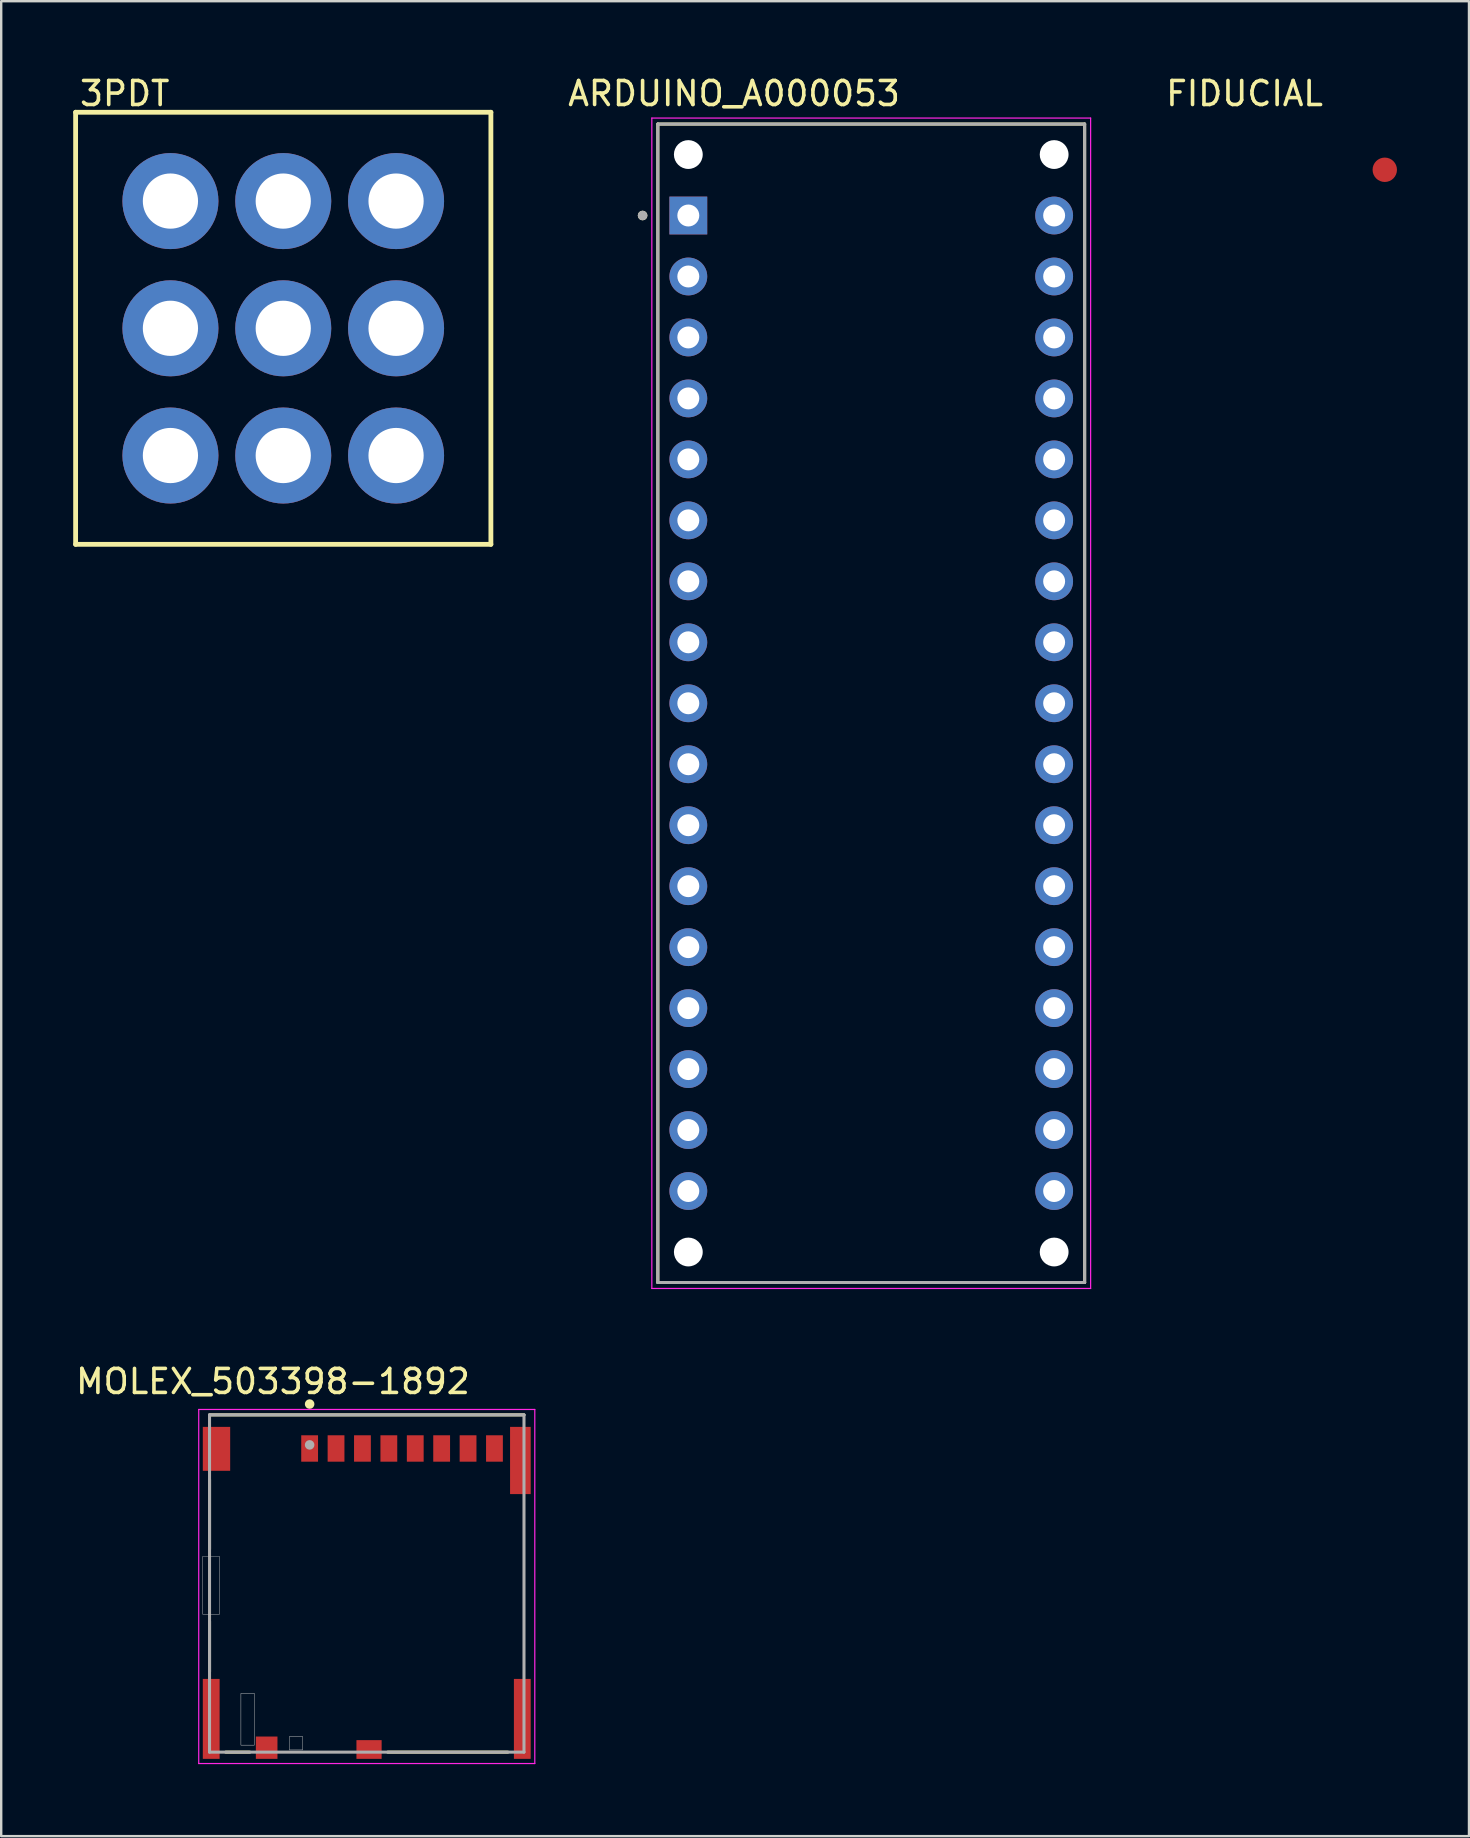
<source format=kicad_pcb>
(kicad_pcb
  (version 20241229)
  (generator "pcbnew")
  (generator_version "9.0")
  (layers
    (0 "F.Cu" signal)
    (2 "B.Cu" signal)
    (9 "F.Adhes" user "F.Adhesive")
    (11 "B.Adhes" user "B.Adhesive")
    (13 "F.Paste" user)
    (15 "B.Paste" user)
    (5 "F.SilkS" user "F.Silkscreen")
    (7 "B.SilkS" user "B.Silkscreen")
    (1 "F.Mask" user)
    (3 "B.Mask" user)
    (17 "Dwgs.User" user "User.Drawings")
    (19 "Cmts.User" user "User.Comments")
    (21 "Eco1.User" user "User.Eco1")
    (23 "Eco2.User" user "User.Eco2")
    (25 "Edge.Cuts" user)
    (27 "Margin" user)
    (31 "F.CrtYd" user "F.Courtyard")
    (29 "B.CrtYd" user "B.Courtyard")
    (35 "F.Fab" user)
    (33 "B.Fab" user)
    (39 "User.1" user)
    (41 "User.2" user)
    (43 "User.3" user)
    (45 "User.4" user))
  (footprint "FIDUCIAL"
    (layer "F.Cu")
    (at 54.639 4.023)
    (property "Reference" "FIDUCIAL" (at -5.842 -3.175 0) (layer "F.SilkS") (effects (font (size 1 1) (thickness 0.15))))
    (attr through_hole)
    (pad "1" smd circle (at 0 0) (size 1.016 1.016) (layers "F.Cu" "F.Mask")))
  (footprint "ARDUINO_A000053"
    (layer "F.Cu")
    (at 33.245 26.248)
    (property "Reference" "ARDUINO_A000053" (at -5.715 -25.4 0) (layer "F.SilkS") (effects (font (size 1 1) (thickness 0.15))))
    (attr through_hole)
    (fp_line (start -8.89 -24.13) (end 8.89 -24.13) (stroke (width 0.127) (type solid)) (layer "F.SilkS"))
    (fp_line (start -8.89 24.13) (end -8.89 -24.13) (stroke (width 0.127) (type solid)) (layer "F.SilkS"))
    (fp_line (start -8.89 24.13) (end 8.89 24.13) (stroke (width 0.127) (type solid)) (layer "F.SilkS"))
    (fp_line (start 8.89 24.13) (end 8.89 -24.13) (stroke (width 0.127) (type solid)) (layer "F.SilkS"))
    (fp_circle (center -9.525 -20.32) (end -9.425 -20.32) (stroke (width 0.2) (type solid)) (fill no) (layer "F.SilkS"))
    (fp_line (start -9.14 -24.38) (end 9.14 -24.38) (stroke (width 0.05) (type solid)) (layer "F.CrtYd"))
    (fp_line (start -9.14 24.38) (end -9.14 -24.38) (stroke (width 0.05) (type solid)) (layer "F.CrtYd"))
    (fp_line (start -9.14 24.38) (end 9.14 24.38) (stroke (width 0.05) (type solid)) (layer "F.CrtYd"))
    (fp_line (start 9.14 24.38) (end 9.14 -24.38) (stroke (width 0.05) (type solid)) (layer "F.CrtYd"))
    (fp_line (start -8.89 -24.13) (end 8.89 -24.13) (stroke (width 0.127) (type solid)) (layer "F.Fab"))
    (fp_line (start -8.89 24.13) (end -8.89 -24.13) (stroke (width 0.127) (type solid)) (layer "F.Fab"))
    (fp_line (start -8.89 24.13) (end 8.89 24.13) (stroke (width 0.127) (type solid)) (layer "F.Fab"))
    (fp_line (start 8.89 24.13) (end 8.89 -24.13) (stroke (width 0.127) (type solid)) (layer "F.Fab"))
    (fp_circle (center -9.525 -20.32) (end -9.425 -20.32) (stroke (width 0.2) (type solid)) (fill no) (layer "F.Fab"))
    (pad "" np_thru_hole circle (at -7.62 -22.86) (size 1.2 1.2) (drill 1.2) (layers "*.Cu" "*.Mask"))
    (pad "" np_thru_hole circle (at -7.62 22.86) (size 1.2 1.2) (drill 1.2) (layers "*.Cu" "*.Mask"))
    (pad "" np_thru_hole circle (at 7.62 -22.86) (size 1.2 1.2) (drill 1.2) (layers "*.Cu" "*.Mask"))
    (pad "" np_thru_hole circle (at 7.62 22.86) (size 1.2 1.2) (drill 1.2) (layers "*.Cu" "*.Mask"))
    (pad "1" thru_hole rect (at -7.62 -20.32) (size 1.575 1.575) (drill 0.914) (layers "*.Cu" "*.Mask"))
    (pad "2" thru_hole circle (at -7.62 -17.78) (size 1.575 1.575) (drill 0.914) (layers "*.Cu" "*.Mask"))
    (pad "3" thru_hole circle (at -7.62 -15.24) (size 1.575 1.575) (drill 0.914) (layers "*.Cu" "*.Mask"))
    (pad "4" thru_hole circle (at -7.62 -12.7) (size 1.575 1.575) (drill 0.914) (layers "*.Cu" "*.Mask"))
    (pad "5" thru_hole circle (at -7.62 -10.16) (size 1.575 1.575) (drill 0.914) (layers "*.Cu" "*.Mask"))
    (pad "6" thru_hole circle (at -7.62 -7.62) (size 1.575 1.575) (drill 0.914) (layers "*.Cu" "*.Mask"))
    (pad "7" thru_hole circle (at -7.62 -5.08) (size 1.575 1.575) (drill 0.914) (layers "*.Cu" "*.Mask"))
    (pad "8" thru_hole circle (at -7.62 -2.54) (size 1.575 1.575) (drill 0.914) (layers "*.Cu" "*.Mask"))
    (pad "9" thru_hole circle (at -7.62 0) (size 1.575 1.575) (drill 0.914) (layers "*.Cu" "*.Mask"))
    (pad "10" thru_hole circle (at -7.62 2.54) (size 1.575 1.575) (drill 0.914) (layers "*.Cu" "*.Mask"))
    (pad "11" thru_hole circle (at -7.62 5.08) (size 1.575 1.575) (drill 0.914) (layers "*.Cu" "*.Mask"))
    (pad "12" thru_hole circle (at -7.62 7.62) (size 1.575 1.575) (drill 0.914) (layers "*.Cu" "*.Mask"))
    (pad "13" thru_hole circle (at -7.62 10.16) (size 1.575 1.575) (drill 0.914) (layers "*.Cu" "*.Mask"))
    (pad "14" thru_hole circle (at -7.62 12.7) (size 1.575 1.575) (drill 0.914) (layers "*.Cu" "*.Mask"))
    (pad "15" thru_hole circle (at -7.62 15.24) (size 1.575 1.575) (drill 0.914) (layers "*.Cu" "*.Mask"))
    (pad "16" thru_hole circle (at -7.62 17.78) (size 1.575 1.575) (drill 0.914) (layers "*.Cu" "*.Mask"))
    (pad "17" thru_hole circle (at -7.62 20.32) (size 1.575 1.575) (drill 0.914) (layers "*.Cu" "*.Mask"))
    (pad "18" thru_hole circle (at 7.62 20.32) (size 1.575 1.575) (drill 0.914) (layers "*.Cu" "*.Mask"))
    (pad "19" thru_hole circle (at 7.62 17.78) (size 1.575 1.575) (drill 0.914) (layers "*.Cu" "*.Mask"))
    (pad "20" thru_hole circle (at 7.62 15.24) (size 1.575 1.575) (drill 0.914) (layers "*.Cu" "*.Mask"))
    (pad "21" thru_hole circle (at 7.62 12.7) (size 1.575 1.575) (drill 0.914) (layers "*.Cu" "*.Mask"))
    (pad "22" thru_hole circle (at 7.62 10.16) (size 1.575 1.575) (drill 0.914) (layers "*.Cu" "*.Mask"))
    (pad "23" thru_hole circle (at 7.62 7.62) (size 1.575 1.575) (drill 0.914) (layers "*.Cu" "*.Mask"))
    (pad "24" thru_hole circle (at 7.62 5.08) (size 1.575 1.575) (drill 0.914) (layers "*.Cu" "*.Mask"))
    (pad "25" thru_hole circle (at 7.62 2.54) (size 1.575 1.575) (drill 0.914) (layers "*.Cu" "*.Mask"))
    (pad "26" thru_hole circle (at 7.62 0) (size 1.575 1.575) (drill 0.914) (layers "*.Cu" "*.Mask"))
    (pad "27" thru_hole circle (at 7.62 -2.54) (size 1.575 1.575) (drill 0.914) (layers "*.Cu" "*.Mask"))
    (pad "28" thru_hole circle (at 7.62 -5.08) (size 1.575 1.575) (drill 0.914) (layers "*.Cu" "*.Mask"))
    (pad "29" thru_hole circle (at 7.62 -7.62) (size 1.575 1.575) (drill 0.914) (layers "*.Cu" "*.Mask"))
    (pad "30" thru_hole circle (at 7.62 -10.16) (size 1.575 1.575) (drill 0.914) (layers "*.Cu" "*.Mask"))
    (pad "31" thru_hole circle (at 7.62 -12.7) (size 1.575 1.575) (drill 0.914) (layers "*.Cu" "*.Mask"))
    (pad "32" thru_hole circle (at 7.62 -15.24) (size 1.575 1.575) (drill 0.914) (layers "*.Cu" "*.Mask"))
    (pad "33" thru_hole circle (at 7.62 -17.78) (size 1.575 1.575) (drill 0.914) (layers "*.Cu" "*.Mask"))
    (pad "34" thru_hole circle (at 7.62 -20.32) (size 1.575 1.575) (drill 0.914) (layers "*.Cu" "*.Mask")))
  (footprint "MOLEX_503398-1892"
    (layer "F.Cu")
    (at 12.229 62.918)
    (property "Reference" "MOLEX_503398-1892" (at -3.908 -8.416 0) (layer "F.SilkS") (effects (font (size 1.001 1.001) (thickness 0.15))))
    (attr through_hole)
    (fp_line (start -6.55 -7.025) (end 6.55 -7.025) (stroke (width 0.127) (type solid)) (layer "F.SilkS"))
    (fp_line (start -6.55 -4.325) (end -6.55 -1.425) (stroke (width 0.127) (type solid)) (layer "F.SilkS"))
    (fp_line (start -6.55 1.575) (end -6.55 3.675) (stroke (width 0.127) (type solid)) (layer "F.SilkS"))
    (fp_line (start -5.876 7.025) (end -4.874 7.025) (stroke (width 0.127) (type solid)) (layer "F.SilkS"))
    (fp_line (start 0.874 7.025) (end 5.876 7.025) (stroke (width 0.127) (type solid)) (layer "F.SilkS"))
    (fp_circle (center -2.38 -7.475) (end -2.28 -7.475) (stroke (width 0.2) (type solid)) (fill no) (layer "F.SilkS"))
    (fp_poly (pts (xy -6.842 -1.125) (xy -6.13 -1.125) (xy -6.13 1.277) (xy -6.842 1.277)) (stroke (width 0.01) (type solid)) (fill no) (layer "Dwgs.User"))
    (fp_poly (pts (xy -6.836 -1.125) (xy -6.13 -1.125) (xy -6.13 1.276) (xy -6.836 1.276)) (stroke (width 0.01) (type solid)) (fill no) (layer "Dwgs.User"))
    (fp_poly (pts (xy -5.245 4.575) (xy -4.685 4.575) (xy -4.685 6.738) (xy -5.245 6.738)) (stroke (width 0.01) (type solid)) (fill no) (layer "Dwgs.User"))
    (fp_poly (pts (xy -5.239 4.575) (xy -4.685 4.575) (xy -4.685 6.73) (xy -5.239 6.73)) (stroke (width 0.01) (type solid)) (fill no) (layer "Dwgs.User"))
    (fp_poly (pts (xy -3.225 6.375) (xy -2.67 6.375) (xy -2.67 6.937) (xy -3.225 6.937)) (stroke (width 0.01) (type solid)) (fill no) (layer "Dwgs.User"))
    (fp_poly (pts (xy -3.223 6.375) (xy -2.67 6.375) (xy -2.67 6.93) (xy -3.223 6.93)) (stroke (width 0.01) (type solid)) (fill no) (layer "Dwgs.User"))
    (fp_poly (pts (xy -3.17 -3.725) (xy -3.17 1.275) (xy -3.82 1.275) (xy -3.82 3.875) (xy 0.57 3.875) (xy 0.57 5.125) (xy -1.73 5.125) (xy -1.73 7.305) (xy -0.43 7.305) (xy -0.43 6.525) (xy 6.13 6.525) (xy 6.13 3.975) (xy 6.83 3.975) (xy 6.83 -3.725)) (stroke (width 0.0001) (type solid)) (fill no) (layer "Dwgs.User"))
    (fp_poly (pts (xy -3.17 -3.725) (xy -3.17 1.275) (xy -3.82 1.275) (xy -3.82 3.875) (xy 0.57 3.875) (xy 0.57 5.125) (xy -1.73 5.125) (xy -1.73 7.305) (xy -0.43 7.305) (xy -0.43 6.525) (xy 6.13 6.525) (xy 6.13 3.975) (xy 6.83 3.975) (xy 6.83 -3.725)) (stroke (width 0.0001) (type solid)) (fill no) (layer "Dwgs.User"))
    (fp_line (start -7 -7.25) (end 7 -7.25) (stroke (width 0.05) (type solid)) (layer "F.CrtYd"))
    (fp_line (start -7 7.5) (end -7 -7.25) (stroke (width 0.05) (type solid)) (layer "F.CrtYd"))
    (fp_line (start 7 -7.25) (end 7 7.5) (stroke (width 0.05) (type solid)) (layer "F.CrtYd"))
    (fp_line (start 7 7.5) (end -7 7.5) (stroke (width 0.05) (type solid)) (layer "F.CrtYd"))
    (fp_line (start -6.55 -7.025) (end 6.55 -7.025) (stroke (width 0.127) (type solid)) (layer "F.Fab"))
    (fp_line (start -6.55 7.025) (end -6.55 -7.025) (stroke (width 0.127) (type solid)) (layer "F.Fab"))
    (fp_line (start 6.55 -7.025) (end 6.55 7.025) (stroke (width 0.127) (type solid)) (layer "F.Fab"))
    (fp_line (start 6.55 7.025) (end -6.55 7.025) (stroke (width 0.127) (type solid)) (layer "F.Fab"))
    (fp_circle (center -2.38 -5.775) (end -2.28 -5.775) (stroke (width 0.2) (type solid)) (fill no) (layer "F.Fab"))
    (pad "1" smd rect (at -2.38 -5.625) (size 0.7 1.1) (layers "F.Cu" "F.Mask" "F.Paste"))
    (pad "2" smd rect (at -1.28 -5.625) (size 0.7 1.1) (layers "F.Cu" "F.Mask" "F.Paste"))
    (pad "3" smd rect (at -0.18 -5.625) (size 0.7 1.1) (layers "F.Cu" "F.Mask" "F.Paste"))
    (pad "4" smd rect (at 0.92 -5.625) (size 0.7 1.1) (layers "F.Cu" "F.Mask" "F.Paste"))
    (pad "5" smd rect (at 2.02 -5.625) (size 0.7 1.1) (layers "F.Cu" "F.Mask" "F.Paste"))
    (pad "6" smd rect (at 3.12 -5.625) (size 0.7 1.1) (layers "F.Cu" "F.Mask" "F.Paste"))
    (pad "7" smd rect (at 4.22 -5.625) (size 0.7 1.1) (layers "F.Cu" "F.Mask" "F.Paste"))
    (pad "8" smd rect (at 5.32 -5.625) (size 0.7 1.1) (layers "F.Cu" "F.Mask" "F.Paste"))
    (pad "9" smd rect (at -4.17 6.84) (size 0.9 0.93) (layers "F.Cu" "F.Mask" "F.Paste"))
    (pad "10" smd rect (at 0.095 6.915) (size 1.05 0.78) (layers "F.Cu" "F.Mask" "F.Paste"))
    (pad "P1" smd rect (at -6.26 -5.61) (size 1.14 1.83) (layers "F.Cu" "F.Mask" "F.Paste"))
    (pad "P2" smd rect (at 6.4 -5.125) (size 0.86 2.8) (layers "F.Cu" "F.Mask" "F.Paste"))
    (pad "P3" smd rect (at -6.48 5.64) (size 0.7 3.33) (layers "F.Cu" "F.Mask" "F.Paste"))
    (pad "P4" smd rect (at 6.48 5.64) (size 0.7 3.33) (layers "F.Cu" "F.Mask" "F.Paste")))
  (footprint "3PDT"
    (layer "F.Cu")
    (at 8.75 10.627)
    (property "Reference" "3PDT" (at -6.604 -9.779 0) (layer "F.SilkS") (effects (font (size 1 1) (thickness 0.15))))
    (attr through_hole)
    (fp_line (start -8.65 -9) (end -8.65 9) (stroke (width 0.2) (type solid)) (layer "F.SilkS"))
    (fp_line (start -8.65 -9) (end 8.65 -9) (stroke (width 0.2) (type solid)) (layer "F.SilkS"))
    (fp_line (start -8.65 9) (end 8.65 9) (stroke (width 0.2) (type solid)) (layer "F.SilkS"))
    (fp_line (start 8.65 -9) (end 8.65 9) (stroke (width 0.2) (type solid)) (layer "F.SilkS"))
    (pad "1" thru_hole circle (at -4.7 -5.3) (size 4 4) (drill 2.3) (layers "*.Cu" "*.Mask"))
    (pad "2" thru_hole circle (at -4.7 0) (size 4 4) (drill 2.3) (layers "*.Cu" "*.Mask"))
    (pad "3" thru_hole circle (at -4.7 5.3) (size 4 4) (drill 2.3) (layers "*.Cu" "*.Mask"))
    (pad "4" thru_hole circle (at 0 5.3) (size 4 4) (drill 2.3) (layers "*.Cu" "*.Mask"))
    (pad "5" thru_hole circle (at 0 0) (size 4 4) (drill 2.3) (layers "*.Cu" "*.Mask"))
    (pad "6" thru_hole circle (at 0 -5.3) (size 4 4) (drill 2.3) (layers "*.Cu" "*.Mask"))
    (pad "7" thru_hole circle (at 4.7 5.3) (size 4 4) (drill 2.3) (layers "*.Cu" "*.Mask"))
    (pad "8" thru_hole circle (at 4.7 0) (size 4 4) (drill 2.3) (layers "*.Cu" "*.Mask"))
    (pad "9" thru_hole circle (at 4.7 -5.3) (size 4 4) (drill 2.3) (layers "*.Cu" "*.Mask")))
  (gr_rect
    (start -3 -3)
    (end 58.147 73.443)
    (stroke (width 0.1) (type default))
    (fill no)
    (layer "Edge.Cuts")))
</source>
